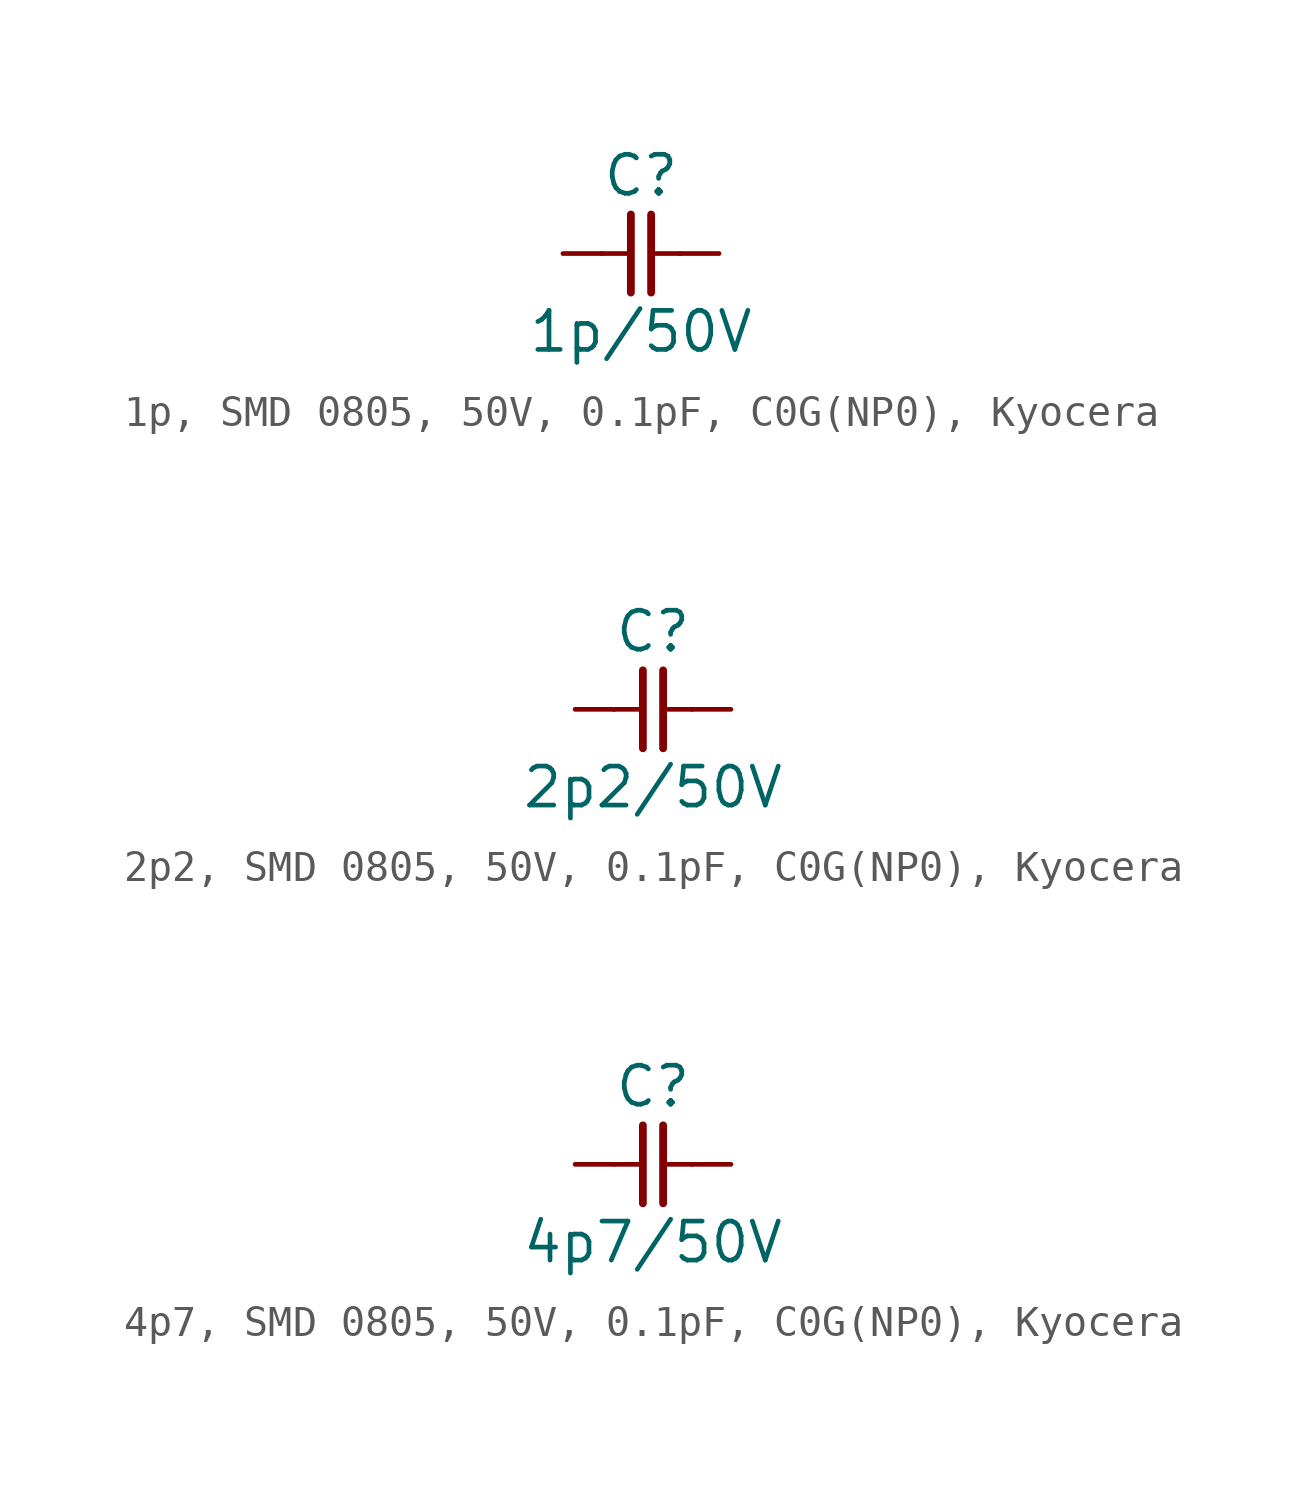
<source format=kicad_sym>
(kicad_symbol_lib
  (version 20241209)
  (generator "kicad_symbol_editor")
  (generator_version "9.0")
  (symbol "1p, SMD 0805, 50V, 0.1pF, C0G(NP0), Kyocera"
    (pin_numbers
      (hide yes))
    (pin_names
      (offset 0)
      (hide yes))
    (property "Reference" "C"
      (at 0 2.54 0)
      (effects (font (size 1.27 1.27))))
    (property "Value" "1p/50V"
      (at 0 -2.54 0)
      (effects (font (size 1.27 1.27))))
    (symbol "1p, SMD 0805, 50V, 0.1pF, C0G(NP0), Kyocera_0_1"
      (polyline (pts (xy -0.33 1.27) (xy -0.33 -1.27)) (stroke (width 0.254) (type default)) (fill (type none)))
      (polyline (pts (xy -0.318 0) (xy -1.27 0)) (stroke (width 0) (type default)) (fill (type none)))
      (polyline (pts (xy 0.33 1.27) (xy 0.33 -1.27)) (stroke (width 0.254) (type default)) (fill (type none)))
      (polyline (pts (xy 1.27 0) (xy 0.318 0)) (stroke (width 0) (type default)) (fill (type none))))
    (symbol "1p, SMD 0805, 50V, 0.1pF, C0G(NP0), Kyocera_1_1"
      (pin passive line (at -2.54 0 0) (length 1.27) (name "1" (effects (font (size 1.27 1.27)))) (number "1" (effects (font (size 1.27 1.27)))))
      (pin passive line (at 2.54 0 180) (length 1.27) (name "2" (effects (font (size 1.27 1.27)))) (number "2" (effects (font (size 1.27 1.27)))))))
  (symbol "2p2, SMD 0805, 50V, 0.1pF, C0G(NP0), Kyocera"
    (pin_numbers
      (hide yes))
    (pin_names
      (offset 0)
      (hide yes))
    (property "Reference" "C"
      (at 0 2.54 0)
      (effects (font (size 1.27 1.27))))
    (property "Value" "2p2/50V"
      (at 0 -2.54 0)
      (effects (font (size 1.27 1.27))))
    (symbol "2p2, SMD 0805, 50V, 0.1pF, C0G(NP0), Kyocera_0_1"
      (polyline (pts (xy -0.33 1.27) (xy -0.33 -1.27)) (stroke (width 0.254) (type default)) (fill (type none)))
      (polyline (pts (xy -0.318 0) (xy -1.27 0)) (stroke (width 0) (type default)) (fill (type none)))
      (polyline (pts (xy 0.33 1.27) (xy 0.33 -1.27)) (stroke (width 0.254) (type default)) (fill (type none)))
      (polyline (pts (xy 1.27 0) (xy 0.318 0)) (stroke (width 0) (type default)) (fill (type none))))
    (symbol "2p2, SMD 0805, 50V, 0.1pF, C0G(NP0), Kyocera_1_1"
      (pin passive line (at -2.54 0 0) (length 1.27) (name "1" (effects (font (size 1.27 1.27)))) (number "1" (effects (font (size 1.27 1.27)))))
      (pin passive line (at 2.54 0 180) (length 1.27) (name "2" (effects (font (size 1.27 1.27)))) (number "2" (effects (font (size 1.27 1.27)))))))
  (symbol "4p7, SMD 0805, 50V, 0.1pF, C0G(NP0), Kyocera"
    (pin_numbers
      (hide yes))
    (pin_names
      (offset 0)
      (hide yes))
    (property "Reference" "C"
      (at 0 2.54 0)
      (effects (font (size 1.27 1.27))))
    (property "Value" "4p7/50V"
      (at 0 -2.54 0)
      (effects (font (size 1.27 1.27))))
    (symbol "4p7, SMD 0805, 50V, 0.1pF, C0G(NP0), Kyocera_0_1"
      (polyline (pts (xy -0.33 1.27) (xy -0.33 -1.27)) (stroke (width 0.254) (type default)) (fill (type none)))
      (polyline (pts (xy -0.318 0) (xy -1.27 0)) (stroke (width 0) (type default)) (fill (type none)))
      (polyline (pts (xy 0.33 1.27) (xy 0.33 -1.27)) (stroke (width 0.254) (type default)) (fill (type none)))
      (polyline (pts (xy 1.27 0) (xy 0.318 0)) (stroke (width 0) (type default)) (fill (type none))))
    (symbol "4p7, SMD 0805, 50V, 0.1pF, C0G(NP0), Kyocera_1_1"
      (pin passive line (at -2.54 0 0) (length 1.27) (name "1" (effects (font (size 1.27 1.27)))) (number "1" (effects (font (size 1.27 1.27)))))
      (pin passive line (at 2.54 0 180) (length 1.27) (name "2" (effects (font (size 1.27 1.27)))) (number "2" (effects (font (size 1.27 1.27))))))))
</source>
